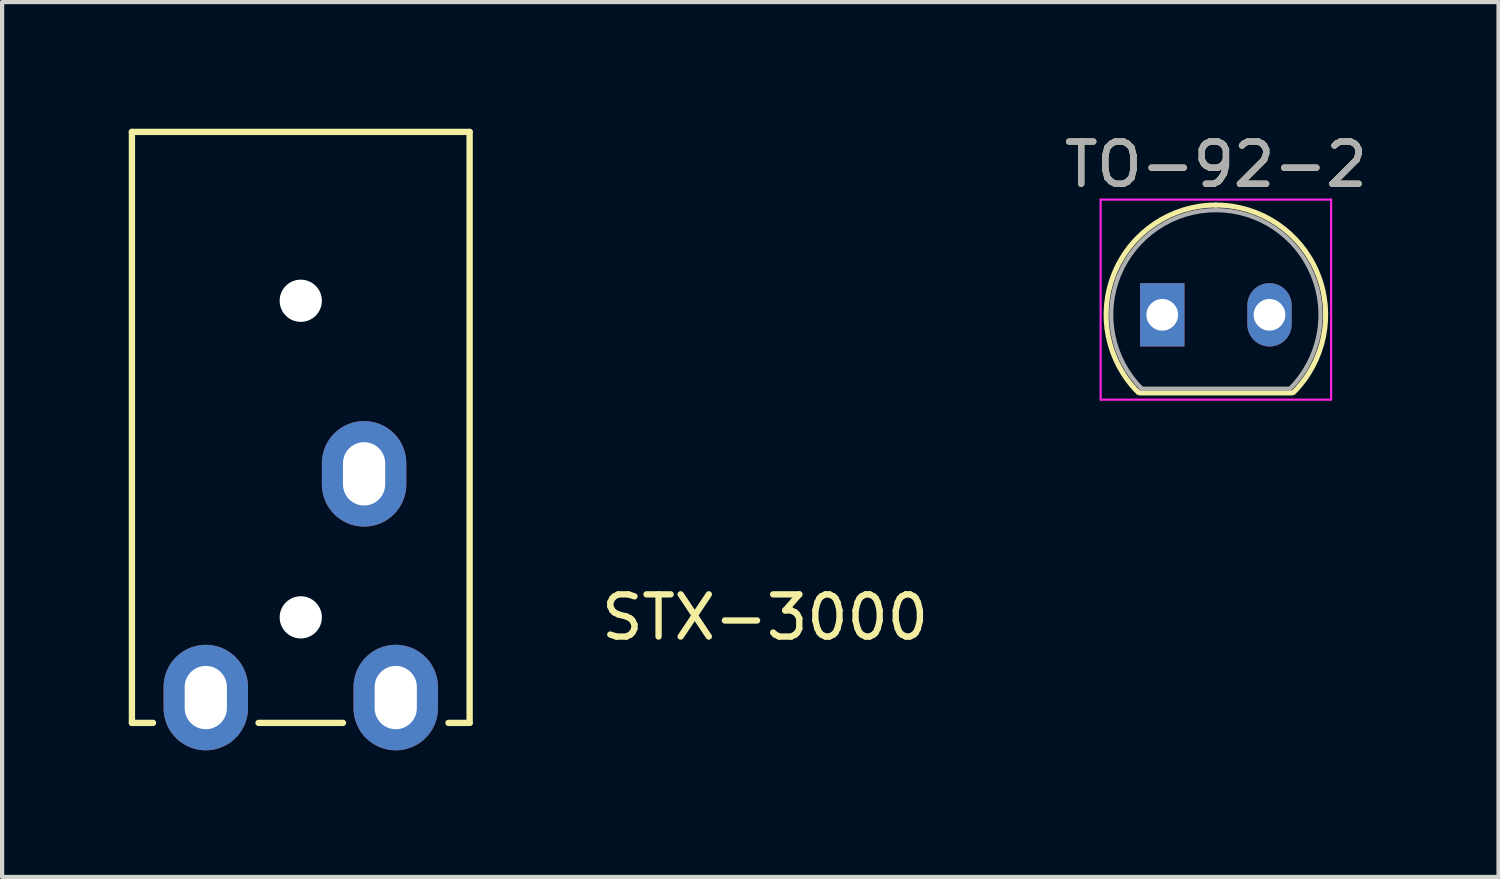
<source format=kicad_pcb>
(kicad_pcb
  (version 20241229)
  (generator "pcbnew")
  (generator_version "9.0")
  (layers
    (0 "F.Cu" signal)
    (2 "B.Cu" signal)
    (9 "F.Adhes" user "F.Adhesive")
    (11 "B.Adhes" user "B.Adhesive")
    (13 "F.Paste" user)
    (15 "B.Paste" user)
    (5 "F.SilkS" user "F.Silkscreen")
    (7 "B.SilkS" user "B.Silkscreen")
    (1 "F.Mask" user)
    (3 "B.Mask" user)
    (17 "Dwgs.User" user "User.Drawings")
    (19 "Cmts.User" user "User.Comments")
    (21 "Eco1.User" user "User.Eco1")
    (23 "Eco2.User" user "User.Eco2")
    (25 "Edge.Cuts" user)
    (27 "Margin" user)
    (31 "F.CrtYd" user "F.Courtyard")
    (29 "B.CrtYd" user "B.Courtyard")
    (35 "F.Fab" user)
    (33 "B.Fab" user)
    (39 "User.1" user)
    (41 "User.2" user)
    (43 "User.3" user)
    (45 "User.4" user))
  (footprint "STX-3000"
    (layer "F.Cu")
    (at 4.075 4.075)
    (property "Reference" "STX-3000" (at 11 7.5 0) (layer "F.SilkS") (effects (font (size 1 1) (thickness 0.15))))
    (attr through_hole)
    (fp_line (start -4 -4) (end 4 -4) (stroke (width 0.15) (type solid)) (layer "F.SilkS"))
    (fp_line (start -4 10) (end -4 -4) (stroke (width 0.15) (type solid)) (layer "F.SilkS"))
    (fp_line (start -4 10) (end -3.5 10) (stroke (width 0.15) (type solid)) (layer "F.SilkS"))
    (fp_line (start -1 10) (end 1 10) (stroke (width 0.15) (type solid)) (layer "F.SilkS"))
    (fp_line (start 4 -4) (end 4 10) (stroke (width 0.15) (type solid)) (layer "F.SilkS"))
    (fp_line (start 4 10) (end 3.5 10) (stroke (width 0.15) (type solid)) (layer "F.SilkS"))
    (pad "" np_thru_hole circle (at 0 0) (size 1 1) (drill 1) (layers "*.Cu" "*.Mask"))
    (pad "" np_thru_hole circle (at 0 7.5) (size 1 1) (drill 1) (layers "*.Cu" "*.Mask"))
    (pad "R" thru_hole oval (at -2.25 9.4) (size 2 2.5) (drill oval 1 1.5) (layers "*.Cu" "*.Mask"))
    (pad "S" thru_hole oval (at 1.5 4.1) (size 2 2.5) (drill oval 1 1.5) (layers "*.Cu" "*.Mask"))
    (pad "T" thru_hole oval (at 2.25 9.4) (size 2 2.5) (drill oval 1 1.5) (layers "*.Cu" "*.Mask")))
  (footprint "TO-92-2"
    (layer "F.Cu")
    (at 24.484 4.408)
    (property "Reference" "TO-92-2" (at 1.27 -3.56 0) (layer "F.SilkS") (effects (font (size 1 1) (thickness 0.15))))
    (attr through_hole)
    (fp_line (start -0.53 1.85) (end 3.07 1.85) (stroke (width 0.12) (type solid)) (layer "F.SilkS"))
    (fp_arc (start -0.568478 1.838478) (mid -1.132087 -0.994977) (end 1.27 -2.6) (stroke (width 0.12) (type solid)) (layer "F.SilkS"))
    (fp_arc (start 1.27 -2.6) (mid 3.672087 -0.994977) (end 3.108478 1.838478) (stroke (width 0.12) (type solid)) (layer "F.SilkS"))
    (fp_line (start -1.46 -2.73) (end -1.46 2.01) (stroke (width 0.05) (type solid)) (layer "F.CrtYd"))
    (fp_line (start -1.46 -2.73) (end 4 -2.73) (stroke (width 0.05) (type solid)) (layer "F.CrtYd"))
    (fp_line (start 4 2.01) (end -1.46 2.01) (stroke (width 0.05) (type solid)) (layer "F.CrtYd"))
    (fp_line (start 4 2.01) (end 4 -2.73) (stroke (width 0.05) (type solid)) (layer "F.CrtYd"))
    (fp_line (start -0.5 1.75) (end 3 1.75) (stroke (width 0.1) (type solid)) (layer "F.Fab"))
    (fp_arc (start -0.483625 1.753625) (mid -1.021221 -0.949055) (end 1.27 -2.48) (stroke (width 0.1) (type solid)) (layer "F.Fab"))
    (fp_arc (start 1.27 -2.48) (mid 3.561221 -0.949055) (end 3.023625 1.753625) (stroke (width 0.1) (type solid)) (layer "F.Fab"))
    (fp_text user "${REFERENCE}" (at 1.27 -3.56 0) (layer "F.Fab") (effects (font (size 1 1) (thickness 0.15))))
    (pad "1" thru_hole rect (at 0 0) (size 1.05 1.5) (drill 0.75) (layers "*.Cu" "*.Mask"))
    (pad "3" thru_hole oval (at 2.54 0) (size 1.05 1.5) (drill 0.75) (layers "*.Cu" "*.Mask")))
  (gr_rect
    (start -3 -3)
    (end 32.45 17.725)
    (stroke (width 0.1) (type default))
    (fill no)
    (layer "Edge.Cuts")))
</source>
